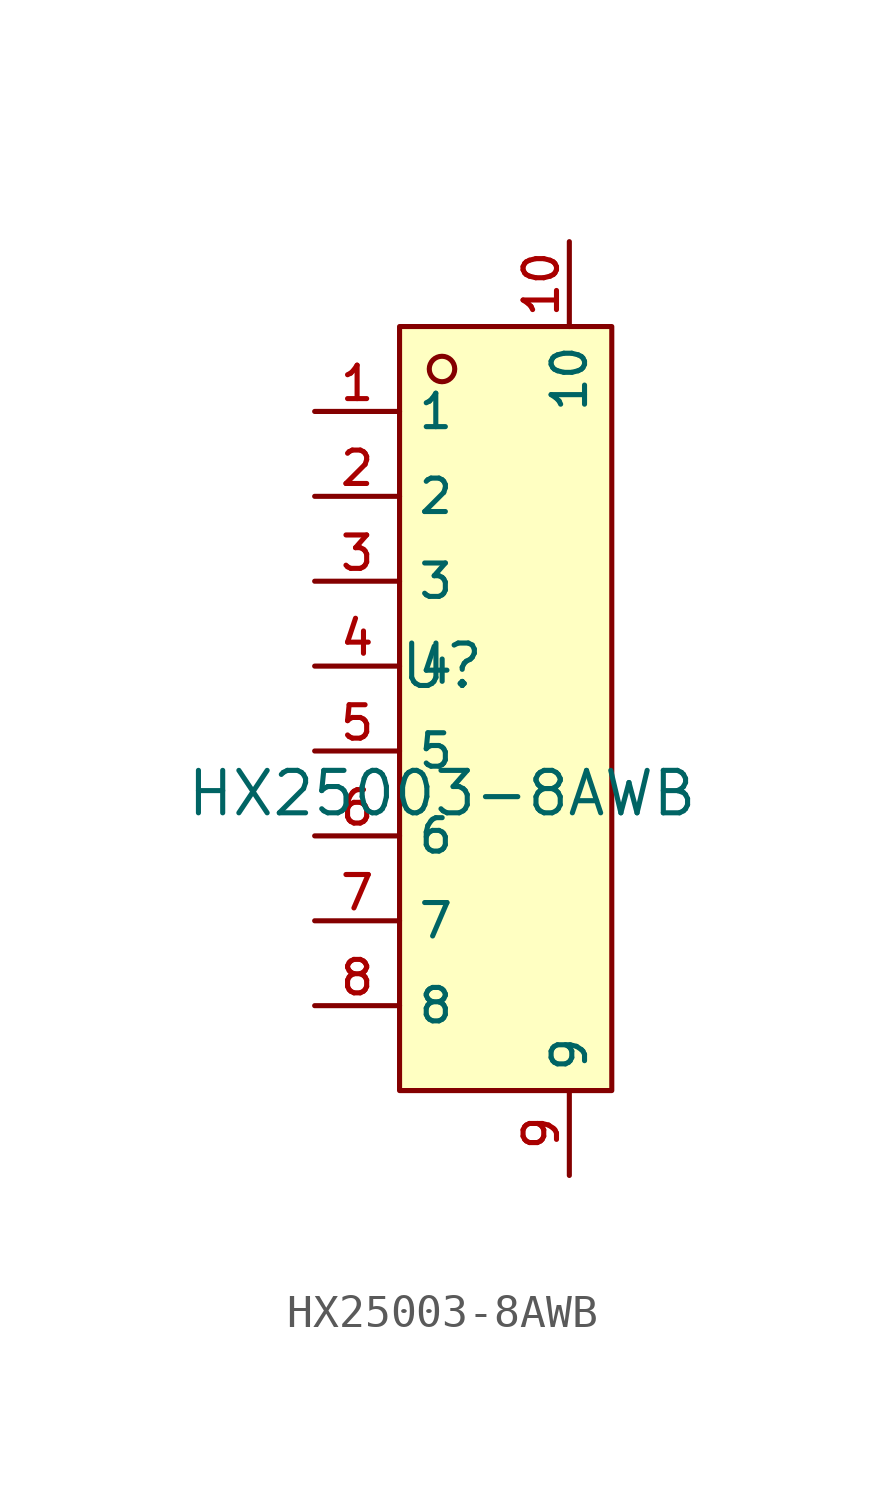
<source format=kicad_sym>
(kicad_symbol_lib
  (version 20210201)
  (generator TousstNicolas/JLC2KiCad_lib)
  (symbol "HX25003-8AWB"
    (property "Reference" "U"
      (at 0 1.27 0)
      (effects (font (size 1.27 1.27))))
    (property "Value" "HX25003-8AWB"
      (at 0 -2.54 0)
      (effects (font (size 1.27 1.27))))
    (symbol "HX25003-8AWB_0_1"
      (rectangle (start -1.27 11.43) (end 5.08 -11.43) (stroke (width 0) (type default) (color 0 0 0 0)) (fill (type background)))
      (circle (center 0.0 10.16) (radius 0.381) (stroke (width 0) (type default) (color 0 0 0 0)) (fill (type background)))
      (pin unspecified line (at -3.81 8.89 0) (length 2.54) (name "1" (effects (font (size 1 1)))) (number "1" (effects (font (size 1 1)))))
      (pin unspecified line (at -3.81 6.35 0) (length 2.54) (name "2" (effects (font (size 1 1)))) (number "2" (effects (font (size 1 1)))))
      (pin unspecified line (at -3.81 3.81 0) (length 2.54) (name "3" (effects (font (size 1 1)))) (number "3" (effects (font (size 1 1)))))
      (pin unspecified line (at -3.81 1.27 0) (length 2.54) (name "4" (effects (font (size 1 1)))) (number "4" (effects (font (size 1 1)))))
      (pin unspecified line (at -3.81 -1.27 0) (length 2.54) (name "5" (effects (font (size 1 1)))) (number "5" (effects (font (size 1 1)))))
      (pin unspecified line (at -3.81 -3.81 0) (length 2.54) (name "6" (effects (font (size 1 1)))) (number "6" (effects (font (size 1 1)))))
      (pin unspecified line (at -3.81 -6.35 0) (length 2.54) (name "7" (effects (font (size 1 1)))) (number "7" (effects (font (size 1 1)))))
      (pin unspecified line (at -3.81 -8.89 0) (length 2.54) (name "8" (effects (font (size 1 1)))) (number "8" (effects (font (size 1 1)))))
      (pin unspecified line (at 3.81 -13.97 90) (length 2.54) (name "9" (effects (font (size 1 1)))) (number "9" (effects (font (size 1 1)))))
      (pin unspecified line (at 3.81 13.97 270) (length 2.54) (name "10" (effects (font (size 1 1)))) (number "10" (effects (font (size 1 1))))))))
</source>
